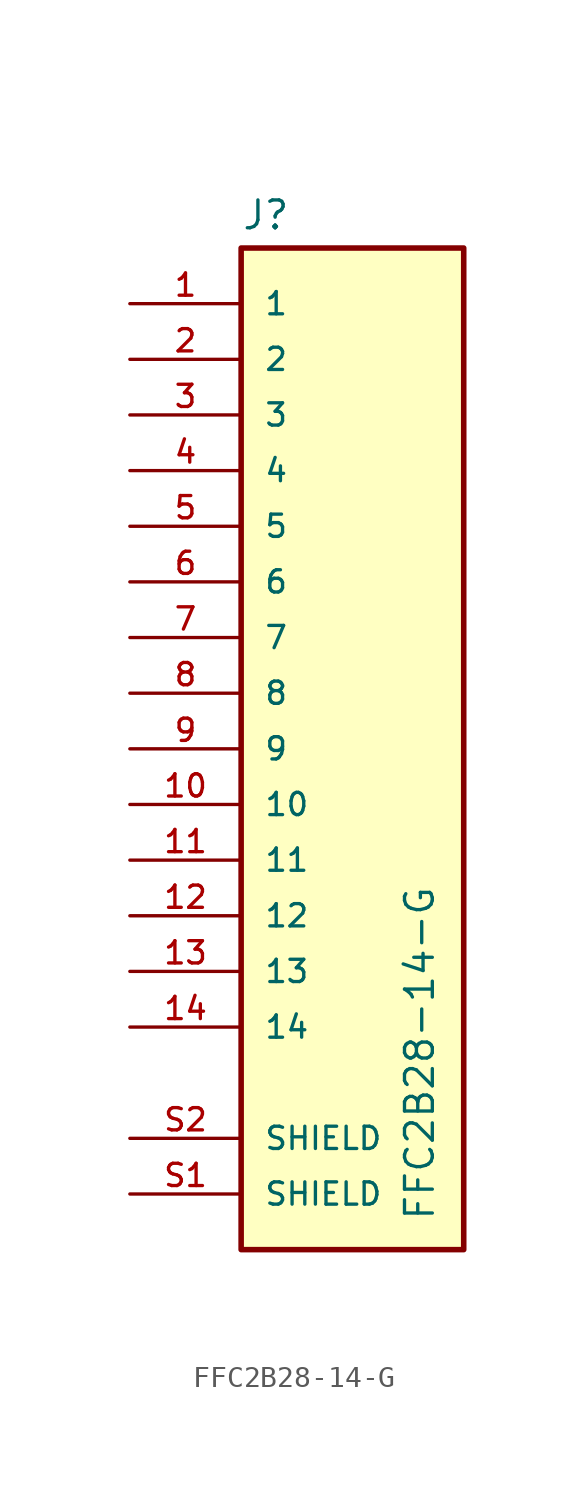
<source format=kicad_sym>
(kicad_symbol_lib
  (version 20241209)
  (generator "kicad_symbol_editor")
  (generator_version "9.0")
  (symbol "FFC2B28-14-G"
    (pin_names
      (offset 1.016))
    (property "Reference" "J"
      (at -5.08 21.082 0)
      (effects (font (size 1.27 1.27)) (justify left bottom)))
    (property "Value" "FFC2B28-14-G"
      (at 3.81 -24.13 90)
      (effects (font (size 1.27 1.27)) (justify left bottom)))
    (symbol "FFC2B28-14-G_0_0"
      (rectangle (start -5.08 20.32) (end 5.08 -25.4) (stroke (width 0.254) (type default)) (fill (type background)))
      (pin passive line (at -10.16 17.78 0) (length 5.08) (name "1" (effects (font (size 1.016 1.016)))) (number "1" (effects (font (size 1.016 1.016)))))
      (pin passive line (at -10.16 15.24 0) (length 5.08) (name "2" (effects (font (size 1.016 1.016)))) (number "2" (effects (font (size 1.016 1.016)))))
      (pin passive line (at -10.16 12.7 0) (length 5.08) (name "3" (effects (font (size 1.016 1.016)))) (number "3" (effects (font (size 1.016 1.016)))))
      (pin passive line (at -10.16 10.16 0) (length 5.08) (name "4" (effects (font (size 1.016 1.016)))) (number "4" (effects (font (size 1.016 1.016)))))
      (pin passive line (at -10.16 7.62 0) (length 5.08) (name "5" (effects (font (size 1.016 1.016)))) (number "5" (effects (font (size 1.016 1.016)))))
      (pin passive line (at -10.16 5.08 0) (length 5.08) (name "6" (effects (font (size 1.016 1.016)))) (number "6" (effects (font (size 1.016 1.016)))))
      (pin passive line (at -10.16 2.54 0) (length 5.08) (name "7" (effects (font (size 1.016 1.016)))) (number "7" (effects (font (size 1.016 1.016)))))
      (pin passive line (at -10.16 0 0) (length 5.08) (name "8" (effects (font (size 1.016 1.016)))) (number "8" (effects (font (size 1.016 1.016)))))
      (pin passive line (at -10.16 -2.54 0) (length 5.08) (name "9" (effects (font (size 1.016 1.016)))) (number "9" (effects (font (size 1.016 1.016)))))
      (pin passive line (at -10.16 -5.08 0) (length 5.08) (name "10" (effects (font (size 1.016 1.016)))) (number "10" (effects (font (size 1.016 1.016)))))
      (pin passive line (at -10.16 -7.62 0) (length 5.08) (name "11" (effects (font (size 1.016 1.016)))) (number "11" (effects (font (size 1.016 1.016)))))
      (pin passive line (at -10.16 -10.16 0) (length 5.08) (name "12" (effects (font (size 1.016 1.016)))) (number "12" (effects (font (size 1.016 1.016)))))
      (pin passive line (at -10.16 -12.7 0) (length 5.08) (name "13" (effects (font (size 1.016 1.016)))) (number "13" (effects (font (size 1.016 1.016)))))
      (pin passive line (at -10.16 -15.24 0) (length 5.08) (name "14" (effects (font (size 1.016 1.016)))) (number "14" (effects (font (size 1.016 1.016)))))
      (pin passive line (at -10.16 -20.32 0) (length 5.08) (name "SHIELD" (effects (font (size 1.016 1.016)))) (number "S2" (effects (font (size 1.016 1.016)))))
      (pin passive line (at -10.16 -22.86 0) (length 5.08) (name "SHIELD" (effects (font (size 1.016 1.016)))) (number "S1" (effects (font (size 1.016 1.016))))))))
</source>
